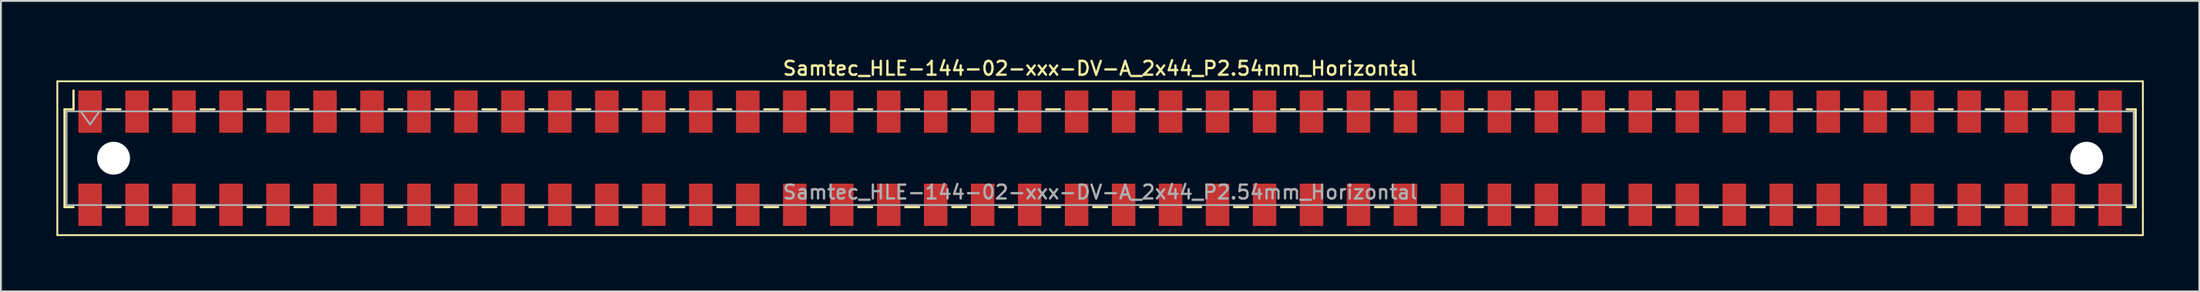
<source format=kicad_pcb>
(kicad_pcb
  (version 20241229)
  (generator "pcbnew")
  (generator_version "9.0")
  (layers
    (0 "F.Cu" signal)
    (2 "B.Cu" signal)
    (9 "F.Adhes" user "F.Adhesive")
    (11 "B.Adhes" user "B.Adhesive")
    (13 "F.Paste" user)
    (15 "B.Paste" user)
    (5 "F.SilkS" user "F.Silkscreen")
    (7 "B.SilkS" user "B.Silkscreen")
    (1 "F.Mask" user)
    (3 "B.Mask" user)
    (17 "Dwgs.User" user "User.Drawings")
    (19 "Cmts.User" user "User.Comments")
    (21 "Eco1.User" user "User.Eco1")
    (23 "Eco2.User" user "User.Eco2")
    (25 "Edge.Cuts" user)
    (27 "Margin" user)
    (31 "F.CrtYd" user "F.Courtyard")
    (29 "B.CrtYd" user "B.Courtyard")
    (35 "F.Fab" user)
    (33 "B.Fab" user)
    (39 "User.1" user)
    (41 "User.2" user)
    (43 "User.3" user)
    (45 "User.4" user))
  (footprint "Samtec_HLE-144-02-xxx-DV-A_2x44_P2.54mm_Horizontal"
    (layer "F.Cu")
    (at 56.43 5.528)
    (property "Reference" "Samtec_HLE-144-02-xxx-DV-A_2x44_P2.54mm_Horizontal" (at 0 -4.87 0) (layer "F.SilkS") (effects (font (size 0.75 0.75) (thickness 0.125))))
    (attr smd)
    (fp_line (start -56.38 -4.17) (end 56.38 -4.17) (stroke (width 0.1) (type solid)) (layer "F.SilkS"))
    (fp_line (start -56.38 4.17) (end -56.38 -4.17) (stroke (width 0.1) (type solid)) (layer "F.SilkS"))
    (fp_line (start -55.99 -2.65) (end -55.99 2.65) (stroke (width 0.12) (type solid)) (layer "F.SilkS"))
    (fp_line (start -55.99 2.65) (end -55.505 2.65) (stroke (width 0.12) (type solid)) (layer "F.SilkS"))
    (fp_line (start -55.505 -3.67) (end -55.505 -2.65) (stroke (width 0.12) (type solid)) (layer "F.SilkS"))
    (fp_line (start -55.505 -2.65) (end -55.99 -2.65) (stroke (width 0.12) (type solid)) (layer "F.SilkS"))
    (fp_line (start -53.715 -2.65) (end -52.965 -2.65) (stroke (width 0.12) (type solid)) (layer "F.SilkS"))
    (fp_line (start -53.715 2.65) (end -52.965 2.65) (stroke (width 0.12) (type solid)) (layer "F.SilkS"))
    (fp_line (start -51.175 -2.65) (end -50.425 -2.65) (stroke (width 0.12) (type solid)) (layer "F.SilkS"))
    (fp_line (start -51.175 2.65) (end -50.425 2.65) (stroke (width 0.12) (type solid)) (layer "F.SilkS"))
    (fp_line (start -48.635 -2.65) (end -47.885 -2.65) (stroke (width 0.12) (type solid)) (layer "F.SilkS"))
    (fp_line (start -48.635 2.65) (end -47.885 2.65) (stroke (width 0.12) (type solid)) (layer "F.SilkS"))
    (fp_line (start -46.095 -2.65) (end -45.345 -2.65) (stroke (width 0.12) (type solid)) (layer "F.SilkS"))
    (fp_line (start -46.095 2.65) (end -45.345 2.65) (stroke (width 0.12) (type solid)) (layer "F.SilkS"))
    (fp_line (start -43.555 -2.65) (end -42.805 -2.65) (stroke (width 0.12) (type solid)) (layer "F.SilkS"))
    (fp_line (start -43.555 2.65) (end -42.805 2.65) (stroke (width 0.12) (type solid)) (layer "F.SilkS"))
    (fp_line (start -41.015 -2.65) (end -40.265 -2.65) (stroke (width 0.12) (type solid)) (layer "F.SilkS"))
    (fp_line (start -41.015 2.65) (end -40.265 2.65) (stroke (width 0.12) (type solid)) (layer "F.SilkS"))
    (fp_line (start -38.475 -2.65) (end -37.725 -2.65) (stroke (width 0.12) (type solid)) (layer "F.SilkS"))
    (fp_line (start -38.475 2.65) (end -37.725 2.65) (stroke (width 0.12) (type solid)) (layer "F.SilkS"))
    (fp_line (start -35.935 -2.65) (end -35.185 -2.65) (stroke (width 0.12) (type solid)) (layer "F.SilkS"))
    (fp_line (start -35.935 2.65) (end -35.185 2.65) (stroke (width 0.12) (type solid)) (layer "F.SilkS"))
    (fp_line (start -33.395 -2.65) (end -32.645 -2.65) (stroke (width 0.12) (type solid)) (layer "F.SilkS"))
    (fp_line (start -33.395 2.65) (end -32.645 2.65) (stroke (width 0.12) (type solid)) (layer "F.SilkS"))
    (fp_line (start -30.855 -2.65) (end -30.105 -2.65) (stroke (width 0.12) (type solid)) (layer "F.SilkS"))
    (fp_line (start -30.855 2.65) (end -30.105 2.65) (stroke (width 0.12) (type solid)) (layer "F.SilkS"))
    (fp_line (start -28.315 -2.65) (end -27.565 -2.65) (stroke (width 0.12) (type solid)) (layer "F.SilkS"))
    (fp_line (start -28.315 2.65) (end -27.565 2.65) (stroke (width 0.12) (type solid)) (layer "F.SilkS"))
    (fp_line (start -25.775 -2.65) (end -25.025 -2.65) (stroke (width 0.12) (type solid)) (layer "F.SilkS"))
    (fp_line (start -25.775 2.65) (end -25.025 2.65) (stroke (width 0.12) (type solid)) (layer "F.SilkS"))
    (fp_line (start -23.235 -2.65) (end -22.485 -2.65) (stroke (width 0.12) (type solid)) (layer "F.SilkS"))
    (fp_line (start -23.235 2.65) (end -22.485 2.65) (stroke (width 0.12) (type solid)) (layer "F.SilkS"))
    (fp_line (start -20.695 -2.65) (end -19.945 -2.65) (stroke (width 0.12) (type solid)) (layer "F.SilkS"))
    (fp_line (start -20.695 2.65) (end -19.945 2.65) (stroke (width 0.12) (type solid)) (layer "F.SilkS"))
    (fp_line (start -18.155 -2.65) (end -17.405 -2.65) (stroke (width 0.12) (type solid)) (layer "F.SilkS"))
    (fp_line (start -18.155 2.65) (end -17.405 2.65) (stroke (width 0.12) (type solid)) (layer "F.SilkS"))
    (fp_line (start -15.615 -2.65) (end -14.865 -2.65) (stroke (width 0.12) (type solid)) (layer "F.SilkS"))
    (fp_line (start -15.615 2.65) (end -14.865 2.65) (stroke (width 0.12) (type solid)) (layer "F.SilkS"))
    (fp_line (start -13.075 -2.65) (end -12.325 -2.65) (stroke (width 0.12) (type solid)) (layer "F.SilkS"))
    (fp_line (start -13.075 2.65) (end -12.325 2.65) (stroke (width 0.12) (type solid)) (layer "F.SilkS"))
    (fp_line (start -10.535 -2.65) (end -9.785 -2.65) (stroke (width 0.12) (type solid)) (layer "F.SilkS"))
    (fp_line (start -10.535 2.65) (end -9.785 2.65) (stroke (width 0.12) (type solid)) (layer "F.SilkS"))
    (fp_line (start -7.995 -2.65) (end -7.245 -2.65) (stroke (width 0.12) (type solid)) (layer "F.SilkS"))
    (fp_line (start -7.995 2.65) (end -7.245 2.65) (stroke (width 0.12) (type solid)) (layer "F.SilkS"))
    (fp_line (start -5.455 -2.65) (end -4.705 -2.65) (stroke (width 0.12) (type solid)) (layer "F.SilkS"))
    (fp_line (start -5.455 2.65) (end -4.705 2.65) (stroke (width 0.12) (type solid)) (layer "F.SilkS"))
    (fp_line (start -2.915 -2.65) (end -2.165 -2.65) (stroke (width 0.12) (type solid)) (layer "F.SilkS"))
    (fp_line (start -2.915 2.65) (end -2.165 2.65) (stroke (width 0.12) (type solid)) (layer "F.SilkS"))
    (fp_line (start -0.375 -2.65) (end 0.375 -2.65) (stroke (width 0.12) (type solid)) (layer "F.SilkS"))
    (fp_line (start -0.375 2.65) (end 0.375 2.65) (stroke (width 0.12) (type solid)) (layer "F.SilkS"))
    (fp_line (start 2.165 -2.65) (end 2.915 -2.65) (stroke (width 0.12) (type solid)) (layer "F.SilkS"))
    (fp_line (start 2.165 2.65) (end 2.915 2.65) (stroke (width 0.12) (type solid)) (layer "F.SilkS"))
    (fp_line (start 4.705 -2.65) (end 5.455 -2.65) (stroke (width 0.12) (type solid)) (layer "F.SilkS"))
    (fp_line (start 4.705 2.65) (end 5.455 2.65) (stroke (width 0.12) (type solid)) (layer "F.SilkS"))
    (fp_line (start 7.245 -2.65) (end 7.995 -2.65) (stroke (width 0.12) (type solid)) (layer "F.SilkS"))
    (fp_line (start 7.245 2.65) (end 7.995 2.65) (stroke (width 0.12) (type solid)) (layer "F.SilkS"))
    (fp_line (start 9.785 -2.65) (end 10.535 -2.65) (stroke (width 0.12) (type solid)) (layer "F.SilkS"))
    (fp_line (start 9.785 2.65) (end 10.535 2.65) (stroke (width 0.12) (type solid)) (layer "F.SilkS"))
    (fp_line (start 12.325 -2.65) (end 13.075 -2.65) (stroke (width 0.12) (type solid)) (layer "F.SilkS"))
    (fp_line (start 12.325 2.65) (end 13.075 2.65) (stroke (width 0.12) (type solid)) (layer "F.SilkS"))
    (fp_line (start 14.865 -2.65) (end 15.615 -2.65) (stroke (width 0.12) (type solid)) (layer "F.SilkS"))
    (fp_line (start 14.865 2.65) (end 15.615 2.65) (stroke (width 0.12) (type solid)) (layer "F.SilkS"))
    (fp_line (start 17.405 -2.65) (end 18.155 -2.65) (stroke (width 0.12) (type solid)) (layer "F.SilkS"))
    (fp_line (start 17.405 2.65) (end 18.155 2.65) (stroke (width 0.12) (type solid)) (layer "F.SilkS"))
    (fp_line (start 19.945 -2.65) (end 20.695 -2.65) (stroke (width 0.12) (type solid)) (layer "F.SilkS"))
    (fp_line (start 19.945 2.65) (end 20.695 2.65) (stroke (width 0.12) (type solid)) (layer "F.SilkS"))
    (fp_line (start 22.485 -2.65) (end 23.235 -2.65) (stroke (width 0.12) (type solid)) (layer "F.SilkS"))
    (fp_line (start 22.485 2.65) (end 23.235 2.65) (stroke (width 0.12) (type solid)) (layer "F.SilkS"))
    (fp_line (start 25.025 -2.65) (end 25.775 -2.65) (stroke (width 0.12) (type solid)) (layer "F.SilkS"))
    (fp_line (start 25.025 2.65) (end 25.775 2.65) (stroke (width 0.12) (type solid)) (layer "F.SilkS"))
    (fp_line (start 27.565 -2.65) (end 28.315 -2.65) (stroke (width 0.12) (type solid)) (layer "F.SilkS"))
    (fp_line (start 27.565 2.65) (end 28.315 2.65) (stroke (width 0.12) (type solid)) (layer "F.SilkS"))
    (fp_line (start 30.105 -2.65) (end 30.855 -2.65) (stroke (width 0.12) (type solid)) (layer "F.SilkS"))
    (fp_line (start 30.105 2.65) (end 30.855 2.65) (stroke (width 0.12) (type solid)) (layer "F.SilkS"))
    (fp_line (start 32.645 -2.65) (end 33.395 -2.65) (stroke (width 0.12) (type solid)) (layer "F.SilkS"))
    (fp_line (start 32.645 2.65) (end 33.395 2.65) (stroke (width 0.12) (type solid)) (layer "F.SilkS"))
    (fp_line (start 35.185 -2.65) (end 35.935 -2.65) (stroke (width 0.12) (type solid)) (layer "F.SilkS"))
    (fp_line (start 35.185 2.65) (end 35.935 2.65) (stroke (width 0.12) (type solid)) (layer "F.SilkS"))
    (fp_line (start 37.725 -2.65) (end 38.475 -2.65) (stroke (width 0.12) (type solid)) (layer "F.SilkS"))
    (fp_line (start 37.725 2.65) (end 38.475 2.65) (stroke (width 0.12) (type solid)) (layer "F.SilkS"))
    (fp_line (start 40.265 -2.65) (end 41.015 -2.65) (stroke (width 0.12) (type solid)) (layer "F.SilkS"))
    (fp_line (start 40.265 2.65) (end 41.015 2.65) (stroke (width 0.12) (type solid)) (layer "F.SilkS"))
    (fp_line (start 42.805 -2.65) (end 43.555 -2.65) (stroke (width 0.12) (type solid)) (layer "F.SilkS"))
    (fp_line (start 42.805 2.65) (end 43.555 2.65) (stroke (width 0.12) (type solid)) (layer "F.SilkS"))
    (fp_line (start 45.345 -2.65) (end 46.095 -2.65) (stroke (width 0.12) (type solid)) (layer "F.SilkS"))
    (fp_line (start 45.345 2.65) (end 46.095 2.65) (stroke (width 0.12) (type solid)) (layer "F.SilkS"))
    (fp_line (start 47.885 -2.65) (end 48.635 -2.65) (stroke (width 0.12) (type solid)) (layer "F.SilkS"))
    (fp_line (start 47.885 2.65) (end 48.635 2.65) (stroke (width 0.12) (type solid)) (layer "F.SilkS"))
    (fp_line (start 50.425 -2.65) (end 51.175 -2.65) (stroke (width 0.12) (type solid)) (layer "F.SilkS"))
    (fp_line (start 50.425 2.65) (end 51.175 2.65) (stroke (width 0.12) (type solid)) (layer "F.SilkS"))
    (fp_line (start 52.965 -2.65) (end 53.715 -2.65) (stroke (width 0.12) (type solid)) (layer "F.SilkS"))
    (fp_line (start 52.965 2.65) (end 53.715 2.65) (stroke (width 0.12) (type solid)) (layer "F.SilkS"))
    (fp_line (start 55.505 -2.65) (end 55.99 -2.65) (stroke (width 0.12) (type solid)) (layer "F.SilkS"))
    (fp_line (start 55.99 -2.65) (end 55.99 2.65) (stroke (width 0.12) (type solid)) (layer "F.SilkS"))
    (fp_line (start 55.99 2.65) (end 55.505 2.65) (stroke (width 0.12) (type solid)) (layer "F.SilkS"))
    (fp_line (start 56.38 -4.17) (end 56.38 4.17) (stroke (width 0.1) (type solid)) (layer "F.SilkS"))
    (fp_line (start 56.38 4.17) (end -56.38 4.17) (stroke (width 0.1) (type solid)) (layer "F.SilkS"))
    (fp_line (start -55.88 -2.54) (end 55.88 -2.54) (stroke (width 0.1) (type solid)) (layer "F.Fab"))
    (fp_line (start -55.88 2.54) (end -55.88 -2.54) (stroke (width 0.1) (type solid)) (layer "F.Fab"))
    (fp_line (start -55.11 -2.54) (end -54.61 -1.833) (stroke (width 0.1) (type solid)) (layer "F.Fab"))
    (fp_line (start -54.61 -1.833) (end -54.11 -2.54) (stroke (width 0.1) (type solid)) (layer "F.Fab"))
    (fp_line (start 55.88 -2.54) (end 55.88 2.54) (stroke (width 0.1) (type solid)) (layer "F.Fab"))
    (fp_line (start 55.88 2.54) (end -55.88 2.54) (stroke (width 0.1) (type solid)) (layer "F.Fab"))
    (fp_text user "${REFERENCE}" (at 0 1.84 0) (layer "F.Fab") (effects (font (size 0.75 0.75) (thickness 0.125))))
    (pad "" np_thru_hole circle (at -53.34 0) (size 1.78 1.78) (drill 1.78) (layers "*.Cu" "*.Mask"))
    (pad "" np_thru_hole circle (at 53.34 0) (size 1.78 1.78) (drill 1.78) (layers "*.Cu" "*.Mask"))
    (pad "1" smd rect (at -54.61 -2.525) (size 1.27 2.29) (layers "F.Cu" "F.Mask" "F.Paste"))
    (pad "2" smd rect (at -54.61 2.525) (size 1.27 2.29) (layers "F.Cu" "F.Mask" "F.Paste"))
    (pad "3" smd rect (at -52.07 -2.525) (size 1.27 2.29) (layers "F.Cu" "F.Mask" "F.Paste"))
    (pad "4" smd rect (at -52.07 2.525) (size 1.27 2.29) (layers "F.Cu" "F.Mask" "F.Paste"))
    (pad "5" smd rect (at -49.53 -2.525) (size 1.27 2.29) (layers "F.Cu" "F.Mask" "F.Paste"))
    (pad "6" smd rect (at -49.53 2.525) (size 1.27 2.29) (layers "F.Cu" "F.Mask" "F.Paste"))
    (pad "7" smd rect (at -46.99 -2.525) (size 1.27 2.29) (layers "F.Cu" "F.Mask" "F.Paste"))
    (pad "8" smd rect (at -46.99 2.525) (size 1.27 2.29) (layers "F.Cu" "F.Mask" "F.Paste"))
    (pad "9" smd rect (at -44.45 -2.525) (size 1.27 2.29) (layers "F.Cu" "F.Mask" "F.Paste"))
    (pad "10" smd rect (at -44.45 2.525) (size 1.27 2.29) (layers "F.Cu" "F.Mask" "F.Paste"))
    (pad "11" smd rect (at -41.91 -2.525) (size 1.27 2.29) (layers "F.Cu" "F.Mask" "F.Paste"))
    (pad "12" smd rect (at -41.91 2.525) (size 1.27 2.29) (layers "F.Cu" "F.Mask" "F.Paste"))
    (pad "13" smd rect (at -39.37 -2.525) (size 1.27 2.29) (layers "F.Cu" "F.Mask" "F.Paste"))
    (pad "14" smd rect (at -39.37 2.525) (size 1.27 2.29) (layers "F.Cu" "F.Mask" "F.Paste"))
    (pad "15" smd rect (at -36.83 -2.525) (size 1.27 2.29) (layers "F.Cu" "F.Mask" "F.Paste"))
    (pad "16" smd rect (at -36.83 2.525) (size 1.27 2.29) (layers "F.Cu" "F.Mask" "F.Paste"))
    (pad "17" smd rect (at -34.29 -2.525) (size 1.27 2.29) (layers "F.Cu" "F.Mask" "F.Paste"))
    (pad "18" smd rect (at -34.29 2.525) (size 1.27 2.29) (layers "F.Cu" "F.Mask" "F.Paste"))
    (pad "19" smd rect (at -31.75 -2.525) (size 1.27 2.29) (layers "F.Cu" "F.Mask" "F.Paste"))
    (pad "20" smd rect (at -31.75 2.525) (size 1.27 2.29) (layers "F.Cu" "F.Mask" "F.Paste"))
    (pad "21" smd rect (at -29.21 -2.525) (size 1.27 2.29) (layers "F.Cu" "F.Mask" "F.Paste"))
    (pad "22" smd rect (at -29.21 2.525) (size 1.27 2.29) (layers "F.Cu" "F.Mask" "F.Paste"))
    (pad "23" smd rect (at -26.67 -2.525) (size 1.27 2.29) (layers "F.Cu" "F.Mask" "F.Paste"))
    (pad "24" smd rect (at -26.67 2.525) (size 1.27 2.29) (layers "F.Cu" "F.Mask" "F.Paste"))
    (pad "25" smd rect (at -24.13 -2.525) (size 1.27 2.29) (layers "F.Cu" "F.Mask" "F.Paste"))
    (pad "26" smd rect (at -24.13 2.525) (size 1.27 2.29) (layers "F.Cu" "F.Mask" "F.Paste"))
    (pad "27" smd rect (at -21.59 -2.525) (size 1.27 2.29) (layers "F.Cu" "F.Mask" "F.Paste"))
    (pad "28" smd rect (at -21.59 2.525) (size 1.27 2.29) (layers "F.Cu" "F.Mask" "F.Paste"))
    (pad "29" smd rect (at -19.05 -2.525) (size 1.27 2.29) (layers "F.Cu" "F.Mask" "F.Paste"))
    (pad "30" smd rect (at -19.05 2.525) (size 1.27 2.29) (layers "F.Cu" "F.Mask" "F.Paste"))
    (pad "31" smd rect (at -16.51 -2.525) (size 1.27 2.29) (layers "F.Cu" "F.Mask" "F.Paste"))
    (pad "32" smd rect (at -16.51 2.525) (size 1.27 2.29) (layers "F.Cu" "F.Mask" "F.Paste"))
    (pad "33" smd rect (at -13.97 -2.525) (size 1.27 2.29) (layers "F.Cu" "F.Mask" "F.Paste"))
    (pad "34" smd rect (at -13.97 2.525) (size 1.27 2.29) (layers "F.Cu" "F.Mask" "F.Paste"))
    (pad "35" smd rect (at -11.43 -2.525) (size 1.27 2.29) (layers "F.Cu" "F.Mask" "F.Paste"))
    (pad "36" smd rect (at -11.43 2.525) (size 1.27 2.29) (layers "F.Cu" "F.Mask" "F.Paste"))
    (pad "37" smd rect (at -8.89 -2.525) (size 1.27 2.29) (layers "F.Cu" "F.Mask" "F.Paste"))
    (pad "38" smd rect (at -8.89 2.525) (size 1.27 2.29) (layers "F.Cu" "F.Mask" "F.Paste"))
    (pad "39" smd rect (at -6.35 -2.525) (size 1.27 2.29) (layers "F.Cu" "F.Mask" "F.Paste"))
    (pad "40" smd rect (at -6.35 2.525) (size 1.27 2.29) (layers "F.Cu" "F.Mask" "F.Paste"))
    (pad "41" smd rect (at -3.81 -2.525) (size 1.27 2.29) (layers "F.Cu" "F.Mask" "F.Paste"))
    (pad "42" smd rect (at -3.81 2.525) (size 1.27 2.29) (layers "F.Cu" "F.Mask" "F.Paste"))
    (pad "43" smd rect (at -1.27 -2.525) (size 1.27 2.29) (layers "F.Cu" "F.Mask" "F.Paste"))
    (pad "44" smd rect (at -1.27 2.525) (size 1.27 2.29) (layers "F.Cu" "F.Mask" "F.Paste"))
    (pad "45" smd rect (at 1.27 -2.525) (size 1.27 2.29) (layers "F.Cu" "F.Mask" "F.Paste"))
    (pad "46" smd rect (at 1.27 2.525) (size 1.27 2.29) (layers "F.Cu" "F.Mask" "F.Paste"))
    (pad "47" smd rect (at 3.81 -2.525) (size 1.27 2.29) (layers "F.Cu" "F.Mask" "F.Paste"))
    (pad "48" smd rect (at 3.81 2.525) (size 1.27 2.29) (layers "F.Cu" "F.Mask" "F.Paste"))
    (pad "49" smd rect (at 6.35 -2.525) (size 1.27 2.29) (layers "F.Cu" "F.Mask" "F.Paste"))
    (pad "50" smd rect (at 6.35 2.525) (size 1.27 2.29) (layers "F.Cu" "F.Mask" "F.Paste"))
    (pad "51" smd rect (at 8.89 -2.525) (size 1.27 2.29) (layers "F.Cu" "F.Mask" "F.Paste"))
    (pad "52" smd rect (at 8.89 2.525) (size 1.27 2.29) (layers "F.Cu" "F.Mask" "F.Paste"))
    (pad "53" smd rect (at 11.43 -2.525) (size 1.27 2.29) (layers "F.Cu" "F.Mask" "F.Paste"))
    (pad "54" smd rect (at 11.43 2.525) (size 1.27 2.29) (layers "F.Cu" "F.Mask" "F.Paste"))
    (pad "55" smd rect (at 13.97 -2.525) (size 1.27 2.29) (layers "F.Cu" "F.Mask" "F.Paste"))
    (pad "56" smd rect (at 13.97 2.525) (size 1.27 2.29) (layers "F.Cu" "F.Mask" "F.Paste"))
    (pad "57" smd rect (at 16.51 -2.525) (size 1.27 2.29) (layers "F.Cu" "F.Mask" "F.Paste"))
    (pad "58" smd rect (at 16.51 2.525) (size 1.27 2.29) (layers "F.Cu" "F.Mask" "F.Paste"))
    (pad "59" smd rect (at 19.05 -2.525) (size 1.27 2.29) (layers "F.Cu" "F.Mask" "F.Paste"))
    (pad "60" smd rect (at 19.05 2.525) (size 1.27 2.29) (layers "F.Cu" "F.Mask" "F.Paste"))
    (pad "61" smd rect (at 21.59 -2.525) (size 1.27 2.29) (layers "F.Cu" "F.Mask" "F.Paste"))
    (pad "62" smd rect (at 21.59 2.525) (size 1.27 2.29) (layers "F.Cu" "F.Mask" "F.Paste"))
    (pad "63" smd rect (at 24.13 -2.525) (size 1.27 2.29) (layers "F.Cu" "F.Mask" "F.Paste"))
    (pad "64" smd rect (at 24.13 2.525) (size 1.27 2.29) (layers "F.Cu" "F.Mask" "F.Paste"))
    (pad "65" smd rect (at 26.67 -2.525) (size 1.27 2.29) (layers "F.Cu" "F.Mask" "F.Paste"))
    (pad "66" smd rect (at 26.67 2.525) (size 1.27 2.29) (layers "F.Cu" "F.Mask" "F.Paste"))
    (pad "67" smd rect (at 29.21 -2.525) (size 1.27 2.29) (layers "F.Cu" "F.Mask" "F.Paste"))
    (pad "68" smd rect (at 29.21 2.525) (size 1.27 2.29) (layers "F.Cu" "F.Mask" "F.Paste"))
    (pad "69" smd rect (at 31.75 -2.525) (size 1.27 2.29) (layers "F.Cu" "F.Mask" "F.Paste"))
    (pad "70" smd rect (at 31.75 2.525) (size 1.27 2.29) (layers "F.Cu" "F.Mask" "F.Paste"))
    (pad "71" smd rect (at 34.29 -2.525) (size 1.27 2.29) (layers "F.Cu" "F.Mask" "F.Paste"))
    (pad "72" smd rect (at 34.29 2.525) (size 1.27 2.29) (layers "F.Cu" "F.Mask" "F.Paste"))
    (pad "73" smd rect (at 36.83 -2.525) (size 1.27 2.29) (layers "F.Cu" "F.Mask" "F.Paste"))
    (pad "74" smd rect (at 36.83 2.525) (size 1.27 2.29) (layers "F.Cu" "F.Mask" "F.Paste"))
    (pad "75" smd rect (at 39.37 -2.525) (size 1.27 2.29) (layers "F.Cu" "F.Mask" "F.Paste"))
    (pad "76" smd rect (at 39.37 2.525) (size 1.27 2.29) (layers "F.Cu" "F.Mask" "F.Paste"))
    (pad "77" smd rect (at 41.91 -2.525) (size 1.27 2.29) (layers "F.Cu" "F.Mask" "F.Paste"))
    (pad "78" smd rect (at 41.91 2.525) (size 1.27 2.29) (layers "F.Cu" "F.Mask" "F.Paste"))
    (pad "79" smd rect (at 44.45 -2.525) (size 1.27 2.29) (layers "F.Cu" "F.Mask" "F.Paste"))
    (pad "80" smd rect (at 44.45 2.525) (size 1.27 2.29) (layers "F.Cu" "F.Mask" "F.Paste"))
    (pad "81" smd rect (at 46.99 -2.525) (size 1.27 2.29) (layers "F.Cu" "F.Mask" "F.Paste"))
    (pad "82" smd rect (at 46.99 2.525) (size 1.27 2.29) (layers "F.Cu" "F.Mask" "F.Paste"))
    (pad "83" smd rect (at 49.53 -2.525) (size 1.27 2.29) (layers "F.Cu" "F.Mask" "F.Paste"))
    (pad "84" smd rect (at 49.53 2.525) (size 1.27 2.29) (layers "F.Cu" "F.Mask" "F.Paste"))
    (pad "85" smd rect (at 52.07 -2.525) (size 1.27 2.29) (layers "F.Cu" "F.Mask" "F.Paste"))
    (pad "86" smd rect (at 52.07 2.525) (size 1.27 2.29) (layers "F.Cu" "F.Mask" "F.Paste"))
    (pad "87" smd rect (at 54.61 -2.525) (size 1.27 2.29) (layers "F.Cu" "F.Mask" "F.Paste"))
    (pad "88" smd rect (at 54.61 2.525) (size 1.27 2.29) (layers "F.Cu" "F.Mask" "F.Paste")))
  (gr_rect
    (start -3 -3)
    (end 115.86 12.748)
    (stroke (width 0.1) (type default))
    (fill no)
    (layer "Edge.Cuts")))
</source>
